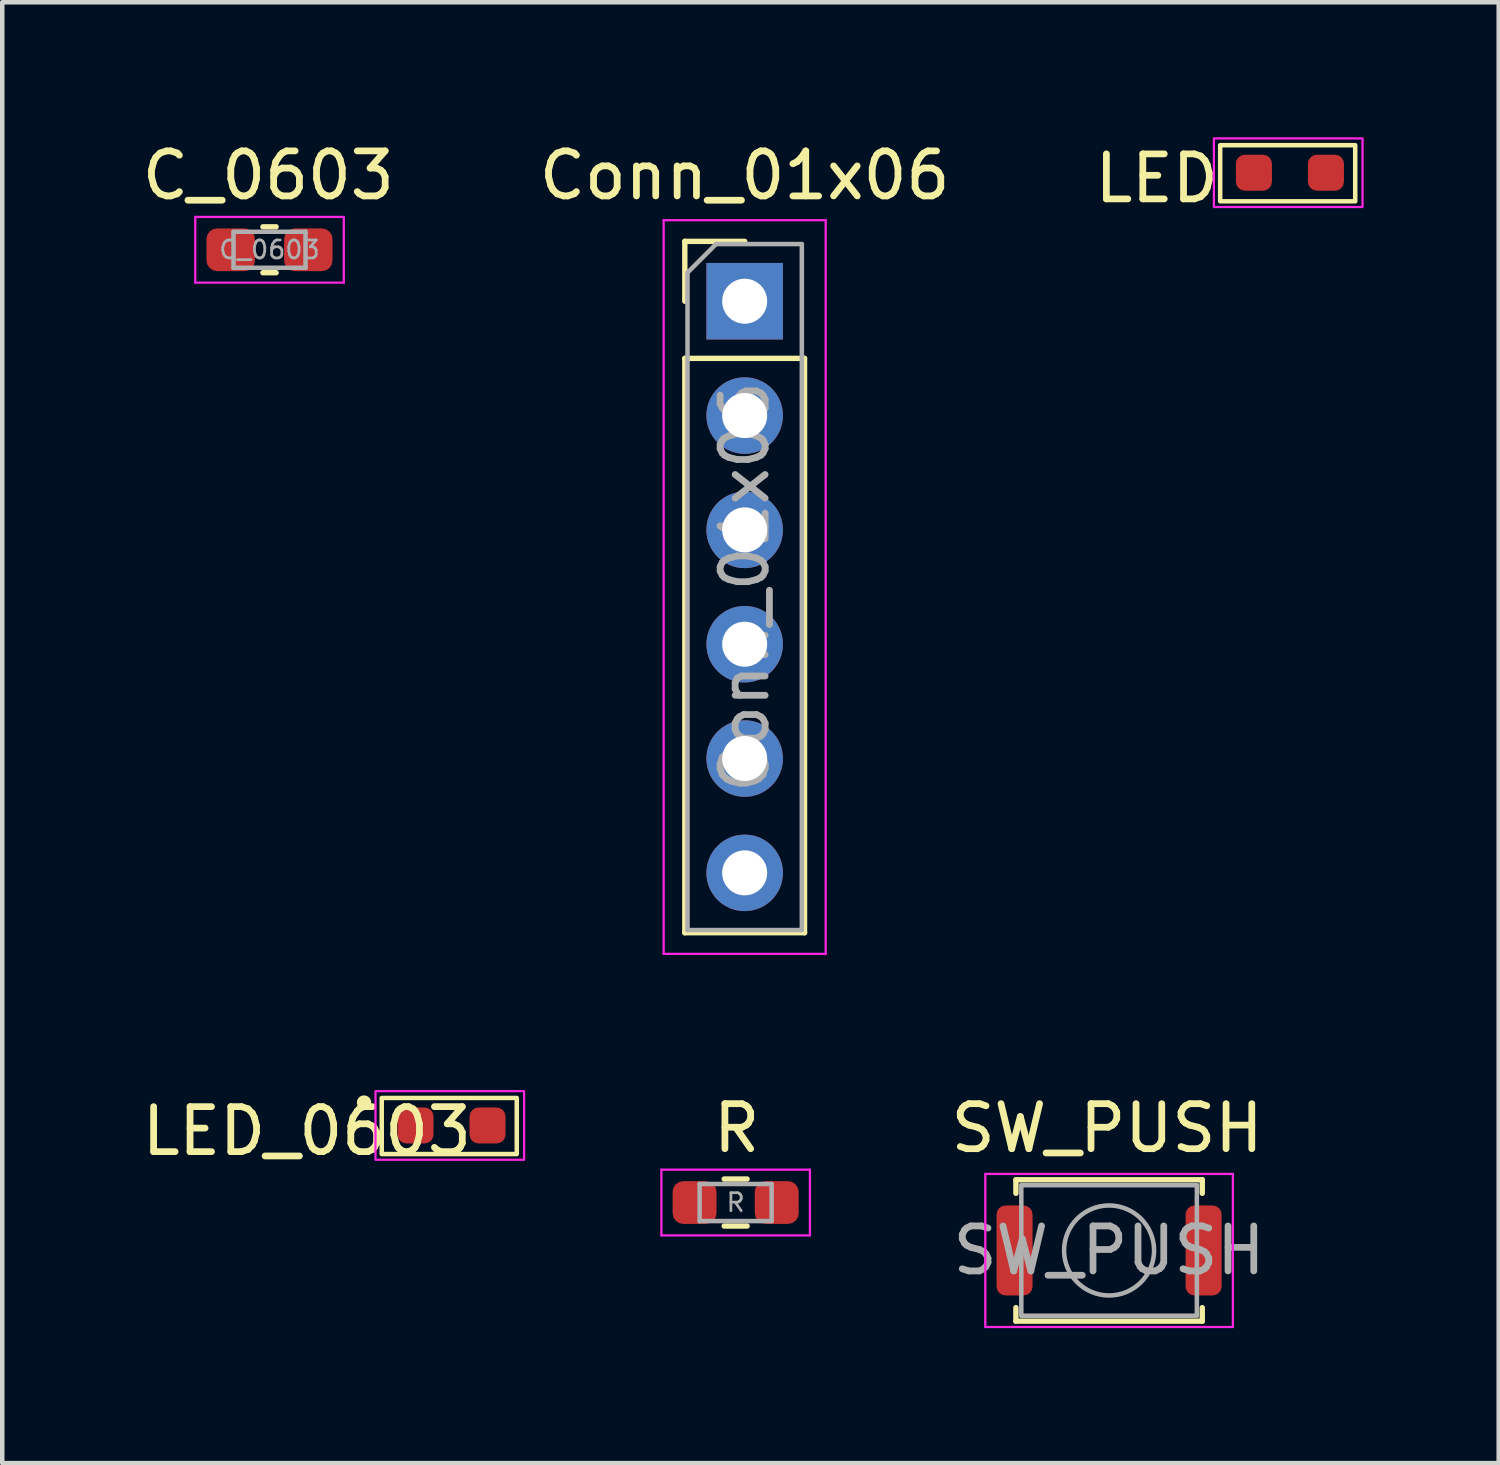
<source format=kicad_pcb>
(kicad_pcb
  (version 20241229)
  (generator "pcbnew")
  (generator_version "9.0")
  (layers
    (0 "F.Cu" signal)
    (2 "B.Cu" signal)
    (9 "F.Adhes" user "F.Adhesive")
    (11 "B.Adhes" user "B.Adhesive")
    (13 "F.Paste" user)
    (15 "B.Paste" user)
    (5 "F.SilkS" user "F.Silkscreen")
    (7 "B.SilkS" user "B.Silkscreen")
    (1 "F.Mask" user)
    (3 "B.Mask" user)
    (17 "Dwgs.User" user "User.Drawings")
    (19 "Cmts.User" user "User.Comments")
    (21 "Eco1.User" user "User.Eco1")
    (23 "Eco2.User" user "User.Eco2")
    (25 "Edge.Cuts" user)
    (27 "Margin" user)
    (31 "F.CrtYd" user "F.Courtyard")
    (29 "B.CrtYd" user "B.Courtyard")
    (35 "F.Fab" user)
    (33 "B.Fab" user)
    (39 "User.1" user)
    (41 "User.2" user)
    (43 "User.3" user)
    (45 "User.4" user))
  (footprint "LED"
    (layer "F.Cu")
    (at 24.808 0.787)
    (property "Reference" "LED" (at -2.159 0.127 0) (unlocked yes) (layer "F.SilkS") (effects (font (size 1 1) (thickness 0.15))))
    (attr smd)
    (fp_rect (start -0.75 -0.611) (end 2.25 0.635) (stroke (width 0.1) (type solid)) (fill no) (layer "F.SilkS"))
    (fp_poly (pts (xy 2.413 0.762) (xy -0.889 0.762) (xy -0.889 -0.762) (xy 2.413 -0.762)) (stroke (width 0.05) (type solid)) (fill no) (layer "F.CrtYd"))
    (pad "1" smd roundrect (at 0 0) (size 0.8 0.8) (layers "F.Cu" "F.Mask" "F.Paste") (roundrect_rratio 0.25))
    (pad "2" smd roundrect (at 1.6 0) (size 0.8 0.8) (layers "F.Cu" "F.Mask" "F.Paste") (roundrect_rratio 0.25)))
  (footprint "LED_0603"
    (layer "F.Cu")
    (at 6.181 21.954)
    (property "Reference" "LED_0603" (at -2.413 0.127 0) (unlocked yes) (layer "F.SilkS") (effects (font (size 1 1) (thickness 0.15))))
    (attr smd)
    (fp_rect (start -0.75 -0.611) (end 2.25 0.635) (stroke (width 0.1) (type solid)) (fill no) (layer "F.SilkS"))
    (fp_circle (center -1.143 -0.508) (end -1.043 -0.508) (stroke (width 0.12) (type solid)) (fill yes) (layer "F.SilkS"))
    (fp_poly (pts (xy 2.413 0.762) (xy -0.889 0.762) (xy -0.889 -0.762) (xy 2.413 -0.762)) (stroke (width 0.05) (type solid)) (fill no) (layer "F.CrtYd"))
    (pad "1" smd roundrect (at 0 0) (size 0.8 0.8) (layers "F.Cu" "F.Mask" "F.Paste") (roundrect_rratio 0.25))
    (pad "2" smd roundrect (at 1.6 0) (size 0.8 0.8) (layers "F.Cu" "F.Mask" "F.Paste") (roundrect_rratio 0.25)))
  (footprint "C_0603"
    (layer "F.Cu")
    (at 2.911 2.499)
    (property "Reference" "C_0603" (at 0 -1.651 0) (unlocked yes) (layer "F.SilkS") (effects (font (size 1 1) (thickness 0.15))))
    (attr smd)
    (fp_line (start -0.12 -0.51) (end 0.173 -0.51) (stroke (width 0.12) (type solid)) (layer "F.SilkS"))
    (fp_line (start -0.12 0.51) (end 0.173 0.51) (stroke (width 0.12) (type solid)) (layer "F.SilkS"))
    (fp_line (start -1.623 -0.73) (end 1.677 -0.73) (stroke (width 0.05) (type solid)) (layer "F.CrtYd"))
    (fp_line (start -1.623 0.73) (end -1.623 -0.73) (stroke (width 0.05) (type solid)) (layer "F.CrtYd"))
    (fp_line (start 1.677 -0.73) (end 1.677 0.73) (stroke (width 0.05) (type solid)) (layer "F.CrtYd"))
    (fp_line (start 1.677 0.73) (end -1.623 0.73) (stroke (width 0.05) (type solid)) (layer "F.CrtYd"))
    (fp_line (start -0.773 -0.4) (end 0.827 -0.4) (stroke (width 0.1) (type solid)) (layer "F.Fab"))
    (fp_line (start -0.773 0.4) (end -0.773 -0.4) (stroke (width 0.1) (type solid)) (layer "F.Fab"))
    (fp_line (start 0.827 -0.4) (end 0.827 0.4) (stroke (width 0.1) (type solid)) (layer "F.Fab"))
    (fp_line (start 0.827 0.4) (end -0.773 0.4) (stroke (width 0.1) (type solid)) (layer "F.Fab"))
    (fp_text user "${REFERENCE}" (at 0.026 0 0) (layer "F.Fab") (effects (font (size 0.4 0.4) (thickness 0.06))))
    (pad "1" smd roundrect (at -0.836 0) (size 1.075 0.95) (layers "F.Cu" "F.Mask" "F.Paste") (roundrect_rratio 0.25))
    (pad "2" smd roundrect (at 0.889 0) (size 1.075 0.95) (layers "F.Cu" "F.Mask" "F.Paste") (roundrect_rratio 0.25)))
  (footprint "R"
    (layer "F.Cu")
    (at 13.317 23.666)
    (property "Reference" "R" (at 0 -1.651 0) (unlocked yes) (layer "F.SilkS") (effects (font (size 1 1) (thickness 0.15))))
    (attr smd)
    (fp_line (start -0.278 -0.522) (end 0.231 -0.522) (stroke (width 0.12) (type solid)) (layer "F.SilkS"))
    (fp_line (start -0.278 0.522) (end 0.231 0.522) (stroke (width 0.12) (type solid)) (layer "F.SilkS"))
    (fp_line (start -1.673 -0.73) (end 1.627 -0.73) (stroke (width 0.05) (type solid)) (layer "F.CrtYd"))
    (fp_line (start -1.673 0.73) (end -1.673 -0.73) (stroke (width 0.05) (type solid)) (layer "F.CrtYd"))
    (fp_line (start 1.627 -0.73) (end 1.627 0.73) (stroke (width 0.05) (type solid)) (layer "F.CrtYd"))
    (fp_line (start 1.627 0.73) (end -1.673 0.73) (stroke (width 0.05) (type solid)) (layer "F.CrtYd"))
    (fp_line (start -0.824 -0.412) (end 0.776 -0.412) (stroke (width 0.1) (type solid)) (layer "F.Fab"))
    (fp_line (start -0.824 0.412) (end -0.824 -0.412) (stroke (width 0.1) (type solid)) (layer "F.Fab"))
    (fp_line (start 0.776 -0.412) (end 0.776 0.412) (stroke (width 0.1) (type solid)) (layer "F.Fab"))
    (fp_line (start 0.776 0.412) (end -0.824 0.412) (stroke (width 0.1) (type solid)) (layer "F.Fab"))
    (fp_text user "${REFERENCE}" (at -0.024 0 0) (layer "F.Fab") (effects (font (size 0.4 0.4) (thickness 0.06))))
    (pad "1" smd roundrect (at -0.936 0) (size 0.975 0.95) (layers "F.Cu" "F.Mask" "F.Paste") (roundrect_rratio 0.25))
    (pad "2" smd roundrect (at 0.889 0) (size 0.975 0.95) (layers "F.Cu" "F.Mask" "F.Paste") (roundrect_rratio 0.25)))
  (footprint "Conn_01x06"
    (layer "F.Cu")
    (at 13.494 9.992)
    (property "Reference" "Conn_01x06" (at 0 -9.144 0) (unlocked yes) (layer "F.SilkS") (effects (font (size 1 1) (thickness 0.15))))
    (attr smd)
    (fp_line (start -1.33 -7.68) (end 0 -7.68) (stroke (width 0.12) (type solid)) (layer "F.SilkS"))
    (fp_line (start -1.33 -6.35) (end -1.33 -7.68) (stroke (width 0.12) (type solid)) (layer "F.SilkS"))
    (fp_line (start -1.33 -5.08) (end -1.33 7.68) (stroke (width 0.12) (type solid)) (layer "F.SilkS"))
    (fp_line (start -1.33 -5.08) (end 1.33 -5.08) (stroke (width 0.12) (type solid)) (layer "F.SilkS"))
    (fp_line (start -1.33 7.68) (end 1.33 7.68) (stroke (width 0.12) (type solid)) (layer "F.SilkS"))
    (fp_line (start 1.33 -5.08) (end 1.33 7.68) (stroke (width 0.12) (type solid)) (layer "F.SilkS"))
    (fp_line (start -1.8 -8.15) (end -1.8 8.15) (stroke (width 0.05) (type solid)) (layer "F.CrtYd"))
    (fp_line (start -1.8 8.15) (end 1.8 8.15) (stroke (width 0.05) (type solid)) (layer "F.CrtYd"))
    (fp_line (start 1.8 -8.15) (end -1.8 -8.15) (stroke (width 0.05) (type solid)) (layer "F.CrtYd"))
    (fp_line (start 1.8 8.15) (end 1.8 -8.15) (stroke (width 0.05) (type solid)) (layer "F.CrtYd"))
    (fp_line (start -1.27 -6.985) (end -0.635 -7.62) (stroke (width 0.1) (type solid)) (layer "F.Fab"))
    (fp_line (start -1.27 7.62) (end -1.27 -6.985) (stroke (width 0.1) (type solid)) (layer "F.Fab"))
    (fp_line (start -0.635 -7.62) (end 1.27 -7.62) (stroke (width 0.1) (type solid)) (layer "F.Fab"))
    (fp_line (start 1.27 -7.62) (end 1.27 7.62) (stroke (width 0.1) (type solid)) (layer "F.Fab"))
    (fp_line (start 1.27 7.62) (end -1.27 7.62) (stroke (width 0.1) (type solid)) (layer "F.Fab"))
    (fp_text user "${REFERENCE}" (at 0 0 90) (layer "F.Fab") (effects (font (size 1 1) (thickness 0.15))))
    (pad "1" thru_hole rect (at 0 -6.35) (size 1.7 1.7) (drill 1) (layers "*.Cu" "*.Mask"))
    (pad "2" thru_hole oval (at 0 -3.81) (size 1.7 1.7) (drill 1) (layers "*.Cu" "*.Mask"))
    (pad "3" thru_hole oval (at 0 -1.27) (size 1.7 1.7) (drill 1) (layers "*.Cu" "*.Mask"))
    (pad "4" thru_hole oval (at 0 1.27) (size 1.7 1.7) (drill 1) (layers "*.Cu" "*.Mask"))
    (pad "5" thru_hole oval (at 0 3.81) (size 1.7 1.7) (drill 1) (layers "*.Cu" "*.Mask"))
    (pad "6" thru_hole oval (at 0 6.35) (size 1.7 1.7) (drill 1) (layers "*.Cu" "*.Mask")))
  (footprint "SW_PUSH"
    (layer "F.Cu")
    (at 21.546 24.809)
    (property "Reference" "SW_PUSH" (at 0 -2.794 0) (unlocked yes) (layer "F.SilkS") (effects (font (size 1 1) (thickness 0.15))))
    (attr smd)
    (fp_line (start -2.026 -1.648) (end 2.114 -1.648) (stroke (width 0.12) (type solid)) (layer "F.SilkS"))
    (fp_line (start -2.026 -1.348) (end -2.026 -1.648) (stroke (width 0.12) (type solid)) (layer "F.SilkS"))
    (fp_line (start -2.026 1.492) (end -2.026 1.192) (stroke (width 0.12) (type solid)) (layer "F.SilkS"))
    (fp_line (start 2.114 -1.648) (end 2.114 -1.348) (stroke (width 0.12) (type solid)) (layer "F.SilkS"))
    (fp_line (start 2.114 1.192) (end 2.114 1.492) (stroke (width 0.12) (type solid)) (layer "F.SilkS"))
    (fp_line (start 2.114 1.492) (end -2.026 1.492) (stroke (width 0.12) (type solid)) (layer "F.SilkS"))
    (fp_line (start -2.706 -1.778) (end 2.794 -1.778) (stroke (width 0.05) (type solid)) (layer "F.CrtYd"))
    (fp_line (start -2.706 1.622) (end -2.706 -1.778) (stroke (width 0.05) (type solid)) (layer "F.CrtYd"))
    (fp_line (start 2.794 -1.778) (end 2.794 1.622) (stroke (width 0.05) (type solid)) (layer "F.CrtYd"))
    (fp_line (start 2.794 1.622) (end -2.706 1.622) (stroke (width 0.05) (type solid)) (layer "F.CrtYd"))
    (fp_line (start -1.906 -1.528) (end 1.994 -1.528) (stroke (width 0.1) (type solid)) (layer "F.Fab"))
    (fp_line (start -1.906 1.372) (end -1.906 -1.528) (stroke (width 0.1) (type solid)) (layer "F.Fab"))
    (fp_line (start 1.994 -1.528) (end 1.994 1.372) (stroke (width 0.1) (type solid)) (layer "F.Fab"))
    (fp_line (start 1.994 1.372) (end -1.906 1.372) (stroke (width 0.1) (type solid)) (layer "F.Fab"))
    (fp_circle (center 0.044 -0.078) (end 1.044 -0.078) (stroke (width 0.1) (type solid)) (fill no) (layer "F.Fab"))
    (fp_text user "${REFERENCE}" (at 0.044 -0.078 0) (layer "F.Fab") (effects (font (size 1 1) (thickness 0.15))))
    (pad "1" smd roundrect (at -2.056 -0.078) (size 0.8 2) (layers "F.Cu" "F.Mask" "F.Paste") (roundrect_rratio 0.25))
    (pad "2" smd roundrect (at 2.144 -0.078) (size 0.8 2) (layers "F.Cu" "F.Mask" "F.Paste") (roundrect_rratio 0.25)))
  (gr_rect
    (start -3 -3)
    (end 30.246 29.456)
    (stroke (width 0.1) (type default))
    (fill no)
    (layer "Edge.Cuts")))
</source>
